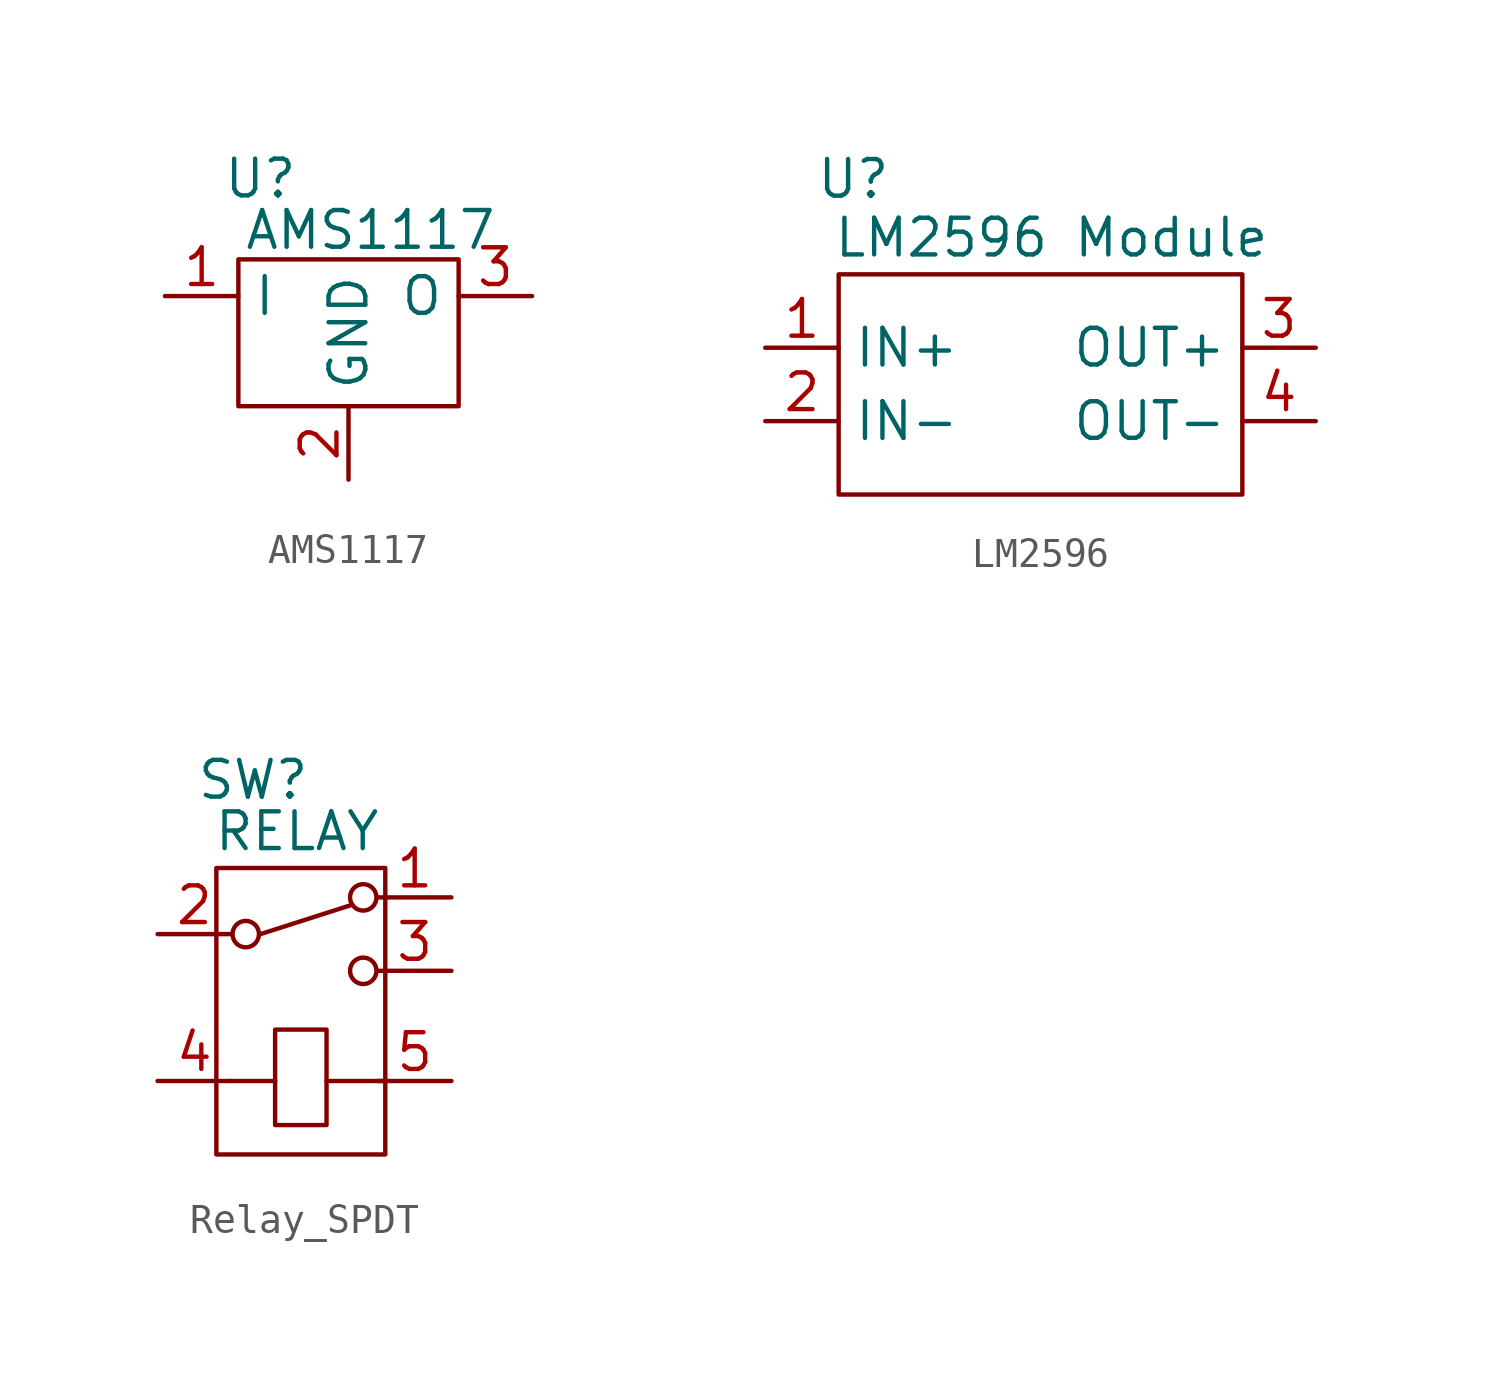
<source format=kicad_sym>
(kicad_symbol_lib
  (version 20231120)
  (generator "kicad_symbol_editor")
  (generator_version "8.0")
  (symbol "AMS1117"
    (property "Reference" "U"
      (at 0.762 2.794 0)
      (effects (font (size 1.27 1.27))))
    (property "Value" "AMS1117"
      (at 4.572 1.016 0)
      (effects (font (size 1.27 1.27))))
    (symbol "AMS1117_0_1"
      (rectangle (start 0 0) (end 7.62 -5.08) (stroke (width 0) (type default)) (fill (type none))))
    (symbol "AMS1117_1_1"
      (pin power_in line (at -2.54 -1.27 0) (length 2.54) (name "I" (effects (font (size 1.27 1.27)))) (number "1" (effects (font (size 1.27 1.27)))))
      (pin power_in line (at 3.81 -7.62 90) (length 2.54) (name "GND" (effects (font (size 1.27 1.27)))) (number "2" (effects (font (size 1.27 1.27)))))
      (pin power_out line (at 10.16 -1.27 180) (length 2.54) (name "O" (effects (font (size 1.27 1.27)))) (number "3" (effects (font (size 1.27 1.27)))))))
  (symbol "LM2596"
    (property "Reference" "U"
      (at 0.508 3.302 0)
      (effects (font (size 1.27 1.27))))
    (property "Value" "LM2596 Module"
      (at 7.366 1.27 0)
      (effects (font (size 1.27 1.27))))
    (symbol "LM2596_0_1"
      (rectangle (start 0 0) (end 13.97 -7.62) (stroke (width 0) (type default)) (fill (type none))))
    (symbol "LM2596_1_1"
      (pin power_in line (at -2.54 -2.54 0) (length 2.54) (name "IN+" (effects (font (size 1.27 1.27)))) (number "1" (effects (font (size 1.27 1.27)))))
      (pin power_in line (at -2.54 -5.08 0) (length 2.54) (name "IN-" (effects (font (size 1.27 1.27)))) (number "2" (effects (font (size 1.27 1.27)))))
      (pin power_out line (at 16.51 -2.54 180) (length 2.54) (name "OUT+" (effects (font (size 1.27 1.27)))) (number "3" (effects (font (size 1.27 1.27)))))
      (pin power_out line (at 16.51 -5.08 180) (length 2.54) (name "OUT-" (effects (font (size 1.27 1.27)))) (number "4" (effects (font (size 1.27 1.27)))))))
  (symbol "Relay_SPDT"
    (pin_names
      (offset 0) hide)
    (property "Reference" "SW"
      (at 2.032 1.524 0)
      (effects (font (size 1.27 1.27))))
    (property "Value" "RELAY"
      (at 3.556 -0.254 0)
      (effects (font (size 1.27 1.27))))
    (symbol "Relay_SPDT_0_1"
      (polyline (pts (xy 1.27 -8.89) (xy 2.794 -8.89)) (stroke (width 0) (type default)) (fill (type none)))
      (polyline (pts (xy 2.286 -3.81) (xy 5.461 -2.794)) (stroke (width 0) (type default)) (fill (type none)))
      (polyline (pts (xy 4.572 -8.89) (xy 6.604 -8.89)) (stroke (width 0) (type default)) (fill (type none)))
      (rectangle (start 0.762 -1.524) (end 6.604 -11.43) (stroke (width 0) (type default)) (fill (type none)))
      (circle (center 1.778 -3.81) (radius 0.457) (stroke (width 0) (type default)) (fill (type none)))
      (rectangle (start 2.794 -7.112) (end 4.572 -10.414) (stroke (width 0) (type default)) (fill (type none)))
      (circle (center 5.842 -5.08) (radius 0.457) (stroke (width 0) (type default)) (fill (type none)))
      (circle (center 5.842 -2.54) (radius 0.457) (stroke (width 0) (type default)) (fill (type none))))
    (symbol "Relay_SPDT_1_1"
      (pin passive line (at 8.89 -2.54 180) (length 2.54) (name "A" (effects (font (size 1.27 1.27)))) (number "1" (effects (font (size 1.27 1.27)))))
      (pin passive line (at -1.27 -3.81 0) (length 2.54) (name "B" (effects (font (size 1.27 1.27)))) (number "2" (effects (font (size 1.27 1.27)))))
      (pin passive line (at 8.89 -5.08 180) (length 2.54) (name "C" (effects (font (size 1.27 1.27)))) (number "3" (effects (font (size 1.27 1.27)))))
      (pin passive line (at -1.27 -8.89 0) (length 2.54) (name "" (effects (font (size 1.27 1.27)))) (number "4" (effects (font (size 1.27 1.27)))))
      (pin passive line (at 8.89 -8.89 180) (length 2.54) (name "C" (effects (font (size 1.27 1.27)))) (number "5" (effects (font (size 1.27 1.27))))))))
</source>
